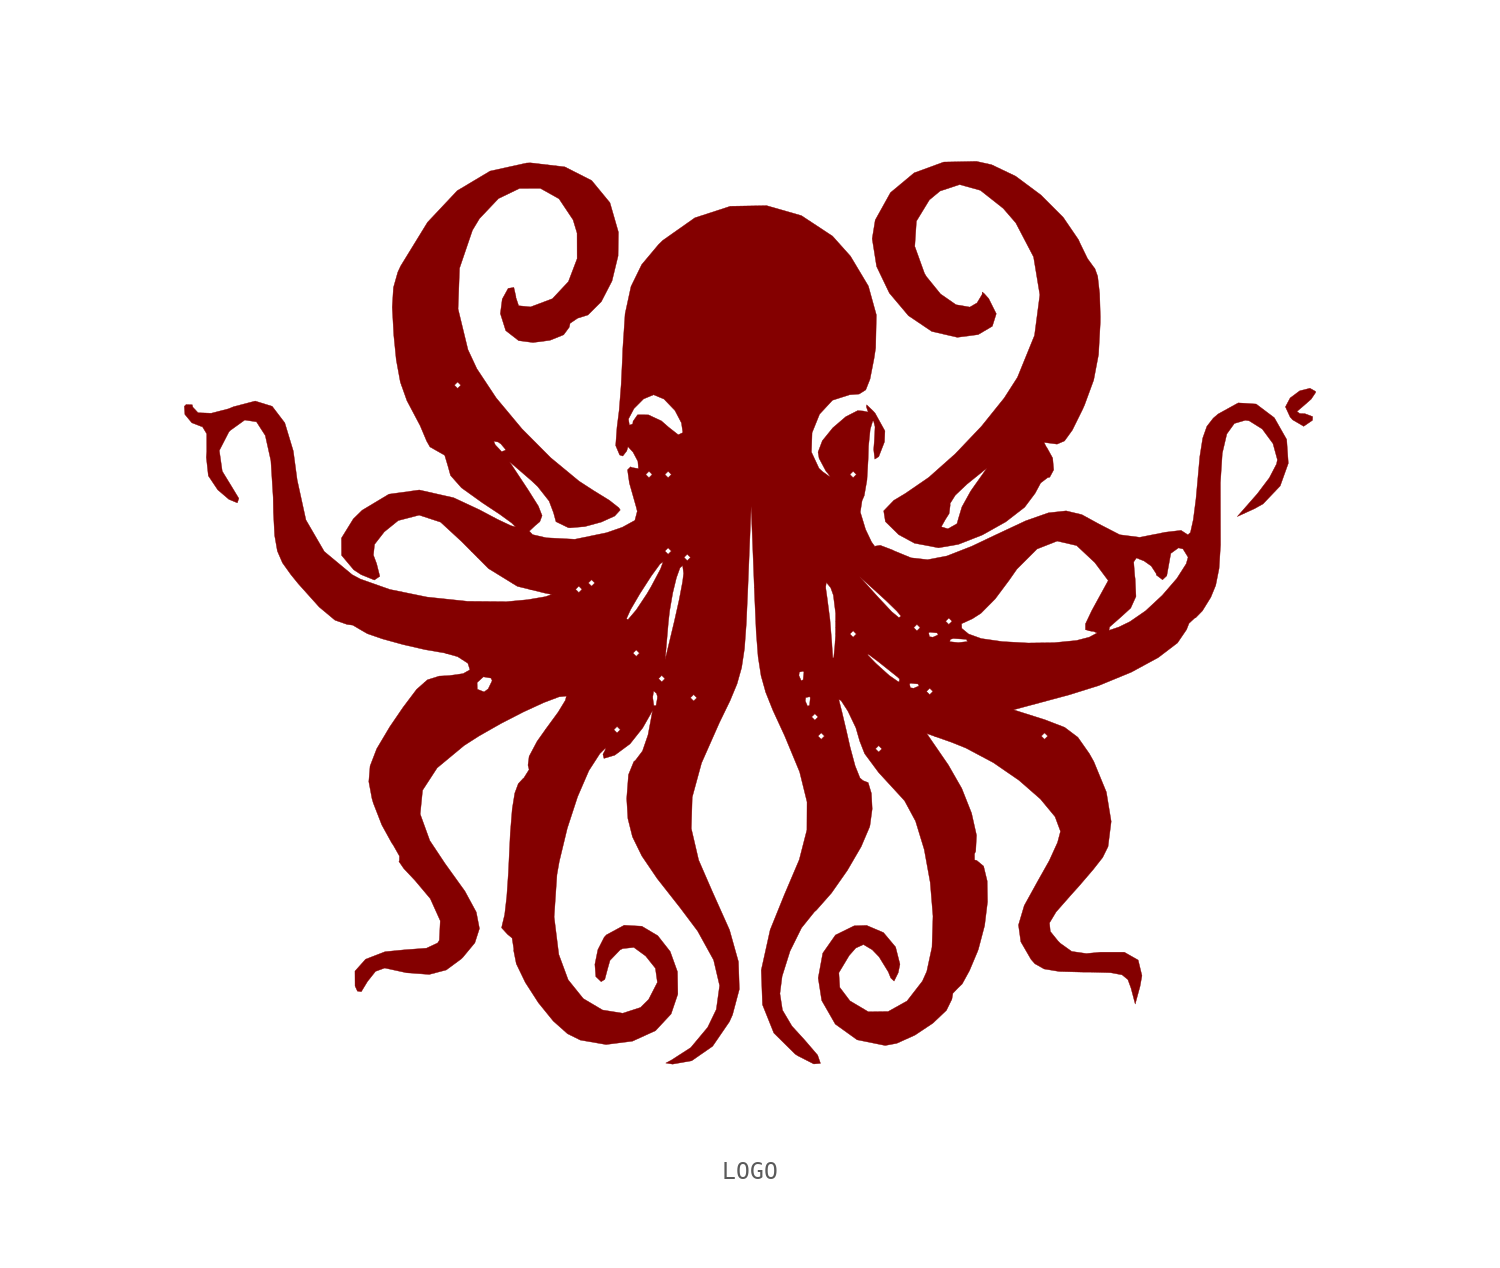
<source format=kicad_sym>
(kicad_symbol_lib
  (version 20220914)
  (generator bitmap2component)
  (symbol "LOGO"
    (pin_names
      (offset 1.016))
    (property "Reference" "#G"
      (at 0 24.765 0)
      (effects (font (size 1.27 1.27)) hide))
    (symbol "LOGO_0_0"
      (polyline (pts (xy -3.149 -25.183) (xy -1.976 -24.369) (xy -1.034 -22.993) (xy -0.861 -22.609) (xy -0.478 -21.17) (xy -0.528 -19.629) (xy -1.028 -17.846) (xy -1.998 -15.68) (xy -2.76 -13.927) (xy -3.172 -12.159) (xy -3.12 -10.405) (xy -2.597 -8.486) (xy -1.595 -6.222) (xy -1.574 -6.179) (xy -1.002 -5.001) (xy -0.607 -4.05) (xy -0.35 -3.137) (xy -0.19 -2.075) (xy -0.088 -0.675) (xy -0.002 1.252) (xy 0.184 5.903) (xy 0.336 1.968) (xy 6.261 1.968) (xy 7.423 0.917) (xy 7.743 0.624) (xy 8.346 0.038) (xy 8.586 -0.246) (xy 8.586 -0.25) (xy 8.471 -0.336) (xy 8.074 -0.008) (xy 7.311 0.805) (xy 6.261 1.968) (xy 0.336 1.968) (xy 0.359 1.367) (xy 4.361 1.367) (xy 4.4 1.639) (xy 4.645 1.341) (xy 4.793 0.925) (xy 4.92 -0.092) (xy 4.918 -0.537) (xy 11.09 -0.537) (xy 11.269 -0.358) (xy 11.448 -0.537) (xy 11.309 -0.675) (xy 11.982 -0.675) (xy 12.59 -0.399) (xy 13.072 -0.089) (xy 13.869 0.715) (xy 14.65 1.761) (xy 15.084 2.383) (xy 16.218 3.515) (xy 17.346 3.958) (xy 18.435 3.706) (xy 19.456 2.751) (xy 20.206 1.745) (xy 19.434 0.336) (xy 19.279 0.049) (xy 18.931 -0.683) (xy 18.931 -1.011) (xy 19.072 -1.049) (xy 20.249 -1.049) (xy 20.283 -0.86) (xy 20.919 -0.301) (xy 21.468 0.2) (xy 21.762 0.852) (xy 21.718 1.84) (xy 21.693 2.027) (xy 21.635 2.788) (xy 21.786 3.012) (xy 22.215 2.843) (xy 22.617 2.561) (xy 22.896 2.134) (xy 22.906 2.052) (xy 23.253 1.789) (xy 23.489 2.011) (xy 23.611 2.683) (xy 23.716 3.267) (xy 24.148 3.578) (xy 24.398 3.517) (xy 24.684 3.053) (xy 24.58 2.686) (xy 24.055 1.863) (xy 23.239 0.92) (xy 22.306 0.051) (xy 21.429 -0.555) (xy 20.802 -0.861) (xy 20.249 -1.049) (xy 19.072 -1.049) (xy 19.259 -1.098) (xy 19.374 -1.105) (xy 19.584 -1.194) (xy 19.139 -1.431) (xy 18.427 -1.615) (xy 17.176 -1.737) (xy 15.716 -1.756) (xy 14.276 -1.677) (xy 13.087 -1.507) (xy 12.379 -1.252) (xy 11.995 -0.935) (xy 11.982 -0.675) (xy 11.309 -0.675) (xy 11.269 -0.715) (xy 11.09 -0.537) (xy 4.918 -0.537) (xy 4.917 -0.894) (xy 9.301 -0.894) (xy 9.48 -0.715) (xy 9.659 -0.894) (xy 9.48 -1.073) (xy 9.301 -0.894) (xy 4.917 -0.894) (xy 4.915 -1.252) (xy 5.724 -1.252) (xy 5.903 -1.073) (xy 6.022 -1.192) (xy 10.136 -1.192) (xy 10.189 -1.15) (xy 10.613 -1.192) (xy 10.669 -1.3) (xy 10.375 -1.431) (xy 10.185 -1.405) (xy 10.136 -1.192) (xy 6.022 -1.192) (xy 6.082 -1.252) (xy 5.903 -1.431) (xy 5.724 -1.252) (xy 4.915 -1.252) (xy 4.915 -1.342) (xy 4.892 -1.682) (xy 11.313 -1.682) (xy 11.358 -1.552) (xy 11.52 -1.504) (xy 12.253 -1.552) (xy 12.313 -1.676) (xy 11.806 -1.732) (xy 11.313 -1.682) (xy 4.892 -1.682) (xy 4.876 -1.924) (xy 4.829 -2.416) (xy 6.712 -2.416) (xy 6.769 -2.4) (xy 7.319 -2.809) (xy 8.389 -3.662) (xy 8.504 -3.771) (xy 8.484 -3.935) (xy 8.418 -3.917) (xy 7.932 -3.579) (xy 7.233 -2.951) (xy 7.12 -2.841) (xy 6.712 -2.416) (xy 4.829 -2.416) (xy 4.813 -2.592) (xy 4.763 -2.583) (xy 4.718 -1.923) (xy 4.71 -1.765) (xy 4.602 -0.434) (xy 4.448 0.76) (xy 4.361 1.367) (xy 0.359 1.367) (xy 0.37 1.073) (xy 0.384 0.727) (xy 0.467 -1.148) (xy 0.573 -2.525) (xy 0.737 -3.577) (xy 2.862 -3.577) (xy 2.888 -3.388) (xy 3.1 -3.339) (xy 3.143 -3.391) (xy 3.1 -3.816) (xy 2.993 -3.872) (xy 2.862 -3.577) (xy 0.737 -3.577) (xy 0.738 -3.589) (xy 0.869 -4.054) (xy 9.063 -4.054) (xy 9.115 -4.012) (xy 9.54 -4.054) (xy 9.596 -4.162) (xy 9.301 -4.293) (xy 9.112 -4.267) (xy 9.063 -4.054) (xy 0.869 -4.054) (xy 0.986 -4.472) (xy 10.017 -4.472) (xy 10.196 -4.293) (xy 10.375 -4.472) (xy 10.196 -4.651) (xy 10.017 -4.472) (xy 0.986 -4.472) (xy 1.002 -4.528) (xy 1.194 -5.008) (xy 3.22 -5.008) (xy 3.245 -4.819) (xy 3.458 -4.77) (xy 3.501 -4.822) (xy 3.458 -5.247) (xy 3.351 -5.303) (xy 3.22 -5.008) (xy 1.194 -5.008) (xy 1.402 -5.529) (xy 1.574 -5.903) (xy 3.578 -5.903) (xy 3.756 -5.724) (xy 3.935 -5.903) (xy 3.756 -6.082) (xy 3.578 -5.903) (xy 1.574 -5.903) (xy 1.978 -6.779) (xy 2.063 -6.962) (xy 2.069 -6.976) (xy 3.935 -6.976) (xy 4.114 -6.797) (xy 4.293 -6.976) (xy 4.114 -7.155) (xy 3.935 -6.976) (xy 2.069 -6.976) (xy 2.902 -8.985) (xy 3.318 -10.67) (xy 3.31 -12.239) (xy 2.881 -13.91) (xy 2.032 -15.905) (xy 1.249 -17.844) (xy 0.75 -20.099) (xy 0.82 -22.041) (xy 1.455 -23.626) (xy 2.652 -24.81) (xy 2.809 -24.911) (xy 3.695 -25.362) (xy 4.072 -25.33) (xy 3.911 -24.864) (xy 3.178 -24.011) (xy 2.471 -23.237) (xy 1.941 -22.342) (xy 1.797 -21.417) (xy 1.921 -20.446) (xy 2.365 -19.035) (xy 3.011 -17.73) (xy 3.73 -16.835) (xy 3.85 -16.729) (xy 4.684 -15.785) (xy 5.579 -14.508) (xy 6.352 -13.181) (xy 6.82 -12.085) (xy 6.848 -11.98) (xy 6.972 -11.06) (xy 6.927 -10.187) (xy 6.745 -9.584) (xy 6.455 -9.47) (xy 6.287 -9.325) (xy 6.016 -8.649) (xy 5.732 -7.59) (xy 5.53 -6.699) (xy 5.279 -5.638) (xy 5.119 -5.008) (xy 5.101 -4.926) (xy 5.225 -4.984) (xy 5.589 -5.545) (xy 5.616 -5.591) (xy 6.056 -6.512) (xy 6.268 -7.247) (xy 6.441 -7.691) (xy 7.155 -7.691) (xy 7.334 -7.513) (xy 7.513 -7.691) (xy 7.334 -7.87) (xy 7.155 -7.691) (xy 6.441 -7.691) (xy 6.548 -7.962) (xy 7.335 -9.023) (xy 8.662 -10.466) (xy 8.793 -10.615) (xy 9.402 -11.745) (xy 9.889 -13.337) (xy 10.225 -15.183) (xy 10.38 -17.076) (xy 10.325 -18.81) (xy 10.031 -20.175) (xy 9.785 -20.72) (xy 8.925 -21.83) (xy 7.868 -22.42) (xy 6.755 -22.435) (xy 5.724 -21.823) (xy 5.153 -21.067) (xy 5.102 -20.247) (xy 5.683 -19.28) (xy 6.052 -18.862) (xy 6.48 -18.666) (xy 6.975 -18.96) (xy 7.357 -19.357) (xy 7.875 -20.2) (xy 8.012 -20.54) (xy 8.199 -20.717) (xy 8.431 -20.246) (xy 8.528 -19.768) (xy 8.283 -18.803) (xy 7.606 -17.995) (xy 6.659 -17.592) (xy 5.962 -17.614) (xy 4.912 -18.131) (xy 4.2 -19.149) (xy 3.943 -20.543) (xy 4.141 -21.803) (xy 4.901 -23.129) (xy 6.125 -24.008) (xy 7.7 -24.327) (xy 8.35 -24.206) (xy 9.372 -23.745) (xy 10.372 -23.079) (xy 11.134 -22.358) (xy 11.44 -21.733) (xy 11.495 -21.403) (xy 11.78 -21.107) (xy 12.019 -20.875) (xy 12.427 -20.131) (xy 12.881 -19.052) (xy 12.927 -18.926) (xy 13.275 -17.607) (xy 13.439 -16.273) (xy 13.42 -15.102) (xy 13.218 -14.269) (xy 12.836 -13.952) (xy 12.712 -13.921) (xy 12.708 -13.581) (xy 12.775 -13.438) (xy 12.822 -12.537) (xy 12.543 -11.294) (xy 11.996 -9.913) (xy 11.243 -8.597) (xy 10.03 -6.833) (xy 10.434 -6.976) (xy 16.456 -6.976) (xy 16.635 -6.797) (xy 16.814 -6.976) (xy 16.635 -7.155) (xy 16.456 -6.976) (xy 10.434 -6.976) (xy 11.429 -7.327) (xy 12.225 -7.648) (xy 13.763 -8.466) (xy 15.202 -9.457) (xy 16.402 -10.505) (xy 17.224 -11.497) (xy 17.53 -12.318) (xy 17.364 -12.943) (xy 16.9 -13.961) (xy 16.244 -15.127) (xy 15.498 -16.479) (xy 15.174 -17.57) (xy 15.306 -18.512) (xy 15.877 -19.497) (xy 16.093 -19.743) (xy 16.61 -20.035) (xy 17.457 -20.176) (xy 18.825 -20.213) (xy 19.174 -20.213) (xy 20.329 -20.244) (xy 20.982 -20.364) (xy 21.309 -20.632) (xy 21.484 -21.107) (xy 21.72 -22.001) (xy 21.99 -21.013) (xy 22.098 -20.411) (xy 21.886 -19.535) (xy 21.11 -19.095) (xy 19.773 -19.095) (xy 18.979 -19.169) (xy 18.16 -19.051) (xy 17.523 -18.597) (xy 17.384 -18.456) (xy 16.96 -17.93) (xy 16.913 -17.454) (xy 17.282 -16.84) (xy 18.108 -15.9) (xy 18.576 -15.38) (xy 19.369 -14.455) (xy 19.896 -13.783) (xy 20.197 -13.172) (xy 20.373 -11.765) (xy 20.102 -10.114) (xy 19.399 -8.407) (xy 19.148 -7.96) (xy 18.504 -7.043) (xy 17.763 -6.485) (xy 16.66 -6.06) (xy 14.897 -5.502) (xy 18.028 -4.661) (xy 19.672 -4.147) (xy 21.497 -3.396) (xy 23.013 -2.574) (xy 24.091 -1.753) (xy 24.599 -1.006) (xy 24.738 -0.653) (xy 25.058 -0.358) (xy 25.108 -0.345) (xy 25.488 0.044) (xy 25.959 0.805) (xy 26.234 1.475) (xy 26.423 2.424) (xy 26.505 3.749) (xy 26.5 5.617) (xy 26.497 7.231) (xy 26.603 8.882) (xy 26.857 9.963) (xy 27.281 10.553) (xy 27.896 10.732) (xy 28.107 10.703) (xy 28.844 10.242) (xy 29.445 9.425) (xy 29.693 8.519) (xy 29.643 8.278) (xy 29.241 7.505) (xy 28.569 6.615) (xy 27.445 5.335) (xy 28.417 5.778) (xy 28.893 6.045) (xy 29.85 7.05) (xy 30.305 8.32) (xy 30.213 9.656) (xy 29.531 10.859) (xy 29.505 10.888) (xy 28.502 11.644) (xy 27.495 11.707) (xy 26.369 11.085) (xy 26.095 10.85) (xy 25.739 10.392) (xy 25.505 9.731) (xy 25.342 8.697) (xy 25.199 7.118) (xy 25.127 6.323) (xy 24.976 5.157) (xy 24.817 4.442) (xy 24.674 4.31) (xy 24.292 4.559) (xy 23.381 4.452) (xy 23.354 4.444) (xy 21.969 4.17) (xy 20.855 4.314) (xy 19.682 4.919) (xy 19.667 4.928) (xy 18.729 5.441) (xy 17.846 5.652) (xy 16.852 5.543) (xy 15.581 5.096) (xy 13.866 4.293) (xy 12.554 3.669) (xy 11.16 3.124) (xy 10.082 2.917) (xy 9.155 3.02) (xy 8.21 3.408) (xy 8.097 3.465) (xy 7.423 3.721) (xy 7.141 3.676) (xy 7.128 3.645) (xy 6.939 3.903) (xy 6.601 4.61) (xy 6.305 5.585) (xy 6.403 6.22) (xy 6.526 6.507) (xy 6.678 7.382) (xy 6.744 8.536) (xy 6.767 9.289) (xy 6.861 10.223) (xy 6.999 10.682) (xy 7.047 10.7) (xy 7.131 10.365) (xy 7.091 9.57) (xy 7.054 9.096) (xy 7.118 8.553) (xy 7.339 8.693) (xy 7.66 9.52) (xy 7.685 10.136) (xy 7.136 11.13) (xy 7.037 11.24) (xy 6.662 11.6) (xy 6.646 11.482) (xy 6.746 11.19) (xy 6.466 11.253) (xy 6.159 11.275) (xy 5.492 10.935) (xy 4.763 10.31) (xy 4.176 9.586) (xy 3.935 8.948) (xy 3.994 8.598) (xy 4.382 7.87) (xy 4.52 7.713) (xy 4.533 7.692) (xy 5.724 7.692) (xy 5.903 7.87) (xy 6.082 7.692) (xy 5.903 7.513) (xy 5.724 7.692) (xy 4.533 7.692) (xy 4.617 7.55) (xy 4.204 7.842) (xy 3.988 8.04) (xy 3.565 8.949) (xy 3.6 10.031) (xy 4.02 11.072) (xy 4.747 11.855) (xy 5.709 12.163) (xy 6.24 12.202) (xy 6.612 12.439) (xy 6.851 13.044) (xy 7.075 14.188) (xy 7.166 14.788) (xy 7.206 16.637) (xy 6.757 18.26) (xy 5.753 19.937) (xy 4.747 21.06) (xy 3.003 22.209) (xy 1.047 22.77) (xy -0.988 22.733) (xy -2.972 22.087) (xy -4.772 20.82) (xy -5.01 20.588) (xy -5.953 19.464) (xy -6.553 18.236) (xy -6.885 16.704) (xy -7.019 14.668) (xy -7.03 14.317) (xy -7.106 12.726) (xy -7.216 11.305) (xy -7.28 10.802) (xy -6.696 10.802) (xy -6.385 11.39) (xy -5.849 11.928) (xy -5.288 12.163) (xy -4.704 11.921) (xy -4.089 11.28) (xy -3.726 10.586) (xy -3.646 10.041) (xy -3.902 9.92) (xy -4.447 10.347) (xy -4.848 10.698) (xy -5.577 11.037) (xy -6.185 11.041) (xy -6.439 10.673) (xy -6.455 10.529) (xy -6.643 10.459) (xy -6.696 10.802) (xy -7.28 10.802) (xy -7.34 10.328) (xy -7.413 9.316) (xy -7.189 8.786) (xy -7.013 8.727) (xy -6.792 9.012) (xy -6.723 9.252) (xy -6.439 8.944) (xy -6.168 8.432) (xy -6.135 8.022) (xy -6.491 8.081) (xy -6.579 8.124) (xy -6.749 7.954) (xy -6.712 7.692) (xy -5.724 7.692) (xy -5.545 7.87) (xy -5.366 7.692) (xy -4.651 7.692) (xy -4.472 7.87) (xy -4.293 7.692) (xy -4.472 7.513) (xy -4.651 7.692) (xy -5.366 7.692) (xy -5.545 7.513) (xy -5.724 7.692) (xy -6.712 7.692) (xy -6.645 7.217) (xy -6.262 5.868) (xy -6.203 5.63) (xy -6.336 5.12) (xy -7.038 4.735) (xy -7.916 4.43) (xy -9.7 4.061) (xy -11.302 4.144) (xy -12.07 4.321) (xy -12.255 4.517) (xy -11.921 4.831) (xy -11.665 5.046) (xy -11.539 5.385) (xy -11.748 5.92) (xy -12.332 6.847) (xy -13.364 8.407) (xy -12.123 7.334) (xy -11.786 7.015) (xy -11.145 6.202) (xy -10.897 5.545) (xy -10.761 5.046) (xy -10.072 4.711) (xy -9.973 4.7) (xy -9.142 4.772) (xy -8.217 5.023) (xy -7.465 5.363) (xy -7.155 5.702) (xy -7.235 5.827) (xy -7.77 6.248) (xy -8.642 6.785) (xy -9.465 7.319) (xy -11.052 8.63) (xy -12.667 10.254) (xy -14.113 11.987) (xy -15.197 13.624) (xy -15.696 14.692) (xy -16.25 16.977) (xy -16.168 19.259) (xy -15.443 21.388) (xy -15.05 22.04) (xy -13.984 23.165) (xy -12.803 23.734) (xy -11.63 23.733) (xy -10.59 23.151) (xy -9.803 21.973) (xy -9.578 21.229) (xy -9.574 19.794) (xy -10.063 18.509) (xy -10.961 17.55) (xy -12.182 17.091) (xy -12.188 17.09) (xy -12.853 17.155) (xy -13.008 17.619) (xy -13.005 17.663) (xy -13.123 18.181) (xy -13.442 18.129) (xy -13.773 17.53) (xy -13.879 16.716) (xy -13.578 15.76) (xy -12.852 15.196) (xy -12.047 15.092) (xy -11.095 15.217) (xy -10.33 15.525) (xy -10.017 15.948) (xy -9.969 16.171) (xy -9.543 16.456) (xy -8.964 16.638) (xy -8.217 17.383) (xy -7.618 18.544) (xy -7.277 19.95) (xy -7.258 21.279) (xy -7.734 22.933) (xy -8.757 24.176) (xy -10.264 24.942) (xy -12.195 25.168) (xy -12.412 25.158) (xy -14.456 24.707) (xy -16.299 23.606) (xy -17.963 21.837) (xy -19.47 19.383) (xy -19.63 19.039) (xy -19.874 18.178) (xy -19.942 17.075) (xy -19.855 15.498) (xy -19.718 14.126) (xy -19.489 12.877) (xy -19.426 12.7) (xy -16.456 12.7) (xy -16.277 12.879) (xy -16.099 12.7) (xy -16.277 12.521) (xy -16.456 12.7) (xy -19.426 12.7) (xy -19.121 11.838) (xy -18.537 10.732) (xy -18.376 10.428) (xy -18.014 9.57) (xy -18.007 9.557) (xy -14.252 9.557) (xy -14.007 9.514) (xy -13.848 9.404) (xy -13.594 9.101) (xy -13.598 9.052) (xy -13.805 8.973) (xy -14.165 9.357) (xy -14.252 9.557) (xy -18.007 9.557) (xy -17.827 9.238) (xy -17.309 8.944) (xy -17 8.769) (xy -16.812 8.139) (xy -16.673 7.638) (xy -16.058 6.944) (xy -14.866 6.09) (xy -13.925 5.468) (xy -13.244 4.973) (xy -13.02 4.748) (xy -13.293 4.826) (xy -14.031 5.174) (xy -15.056 5.717) (xy -16.498 6.39) (xy -18.424 6.824) (xy -20.129 6.589) (xy -21.631 5.687) (xy -22.126 5.202) (xy -22.789 4.128) (xy -22.784 3.159) (xy -22.101 2.346) (xy -21.686 2.076) (xy -20.944 1.775) (xy -20.639 1.982) (xy -20.816 2.687) (xy -20.997 3.175) (xy -20.934 3.772) (xy -20.388 4.475) (xy -19.604 5.109) (xy -18.43 5.413) (xy -17.231 5.019) (xy -16.056 3.935) (xy -16.049 3.928) (xy -15.523 3.399) (xy -4.651 3.399) (xy -4.472 3.578) (xy -4.293 3.399) (xy -4.472 3.22) (xy -4.651 3.399) (xy -15.523 3.399) (xy -15.166 3.041) (xy -3.578 3.041) (xy -3.399 3.22) (xy -3.22 3.041) (xy -3.399 2.862) (xy -3.578 3.041) (xy -15.166 3.041) (xy -14.544 2.416) (xy -13.234 1.61) (xy -8.944 1.61) (xy -8.765 1.789) (xy -8.586 1.61) (xy -8.765 1.431) (xy -8.944 1.61) (xy -13.234 1.61) (xy -12.925 1.42) (xy -12.243 1.252) (xy -9.659 1.252) (xy -9.48 1.431) (xy -9.301 1.252) (xy -9.48 1.073) (xy -9.659 1.252) (xy -12.243 1.252) (xy -11.338 1.03) (xy -11.318 1.029) (xy -10.994 0.966) (xy -11.347 0.843) (xy -12.342 0.673) (xy -13.526 0.562) (xy -15.714 0.581) (xy -17.986 0.82) (xy -20.078 1.247) (xy -21.728 1.83) (xy -22.184 2.072) (xy -23.752 3.373) (xy -24.782 5.145) (xy -25.272 7.385) (xy -25.49 9.01) (xy -25.967 10.589) (xy -26.673 11.516) (xy -27.626 11.811) (xy -28.842 11.493) (xy -29.116 11.379) (xy -30.092 11.127) (xy -30.831 11.156) (xy -31.124 11.469) (xy -31.157 11.604) (xy -31.499 11.616) (xy -31.6 11.516) (xy -31.57 11.061) (xy -31.181 10.591) (xy -30.623 10.375) (xy -30.585 10.371) (xy -30.346 9.975) (xy -30.344 8.978) (xy -30.367 8.658) (xy -30.253 7.617) (xy -29.727 6.832) (xy -29.103 6.299) (xy -28.629 6.102) (xy -28.544 6.352) (xy -28.951 7.024) (xy -29.473 7.877) (xy -29.638 9.034) (xy -29.101 10.078) (xy -29.024 10.161) (xy -28.212 10.745) (xy -27.555 10.646) (xy -27.062 9.88) (xy -26.747 8.463) (xy -26.619 6.413) (xy -26.604 5.565) (xy -26.537 4.275) (xy -26.383 3.398) (xy -26.096 2.735) (xy -25.629 2.082) (xy -25.202 1.556) (xy -24.039 0.26) (xy -23.246 -0.401) (xy -6.81 -0.401) (xy -6.574 0.119) (xy -6.054 1.008) (xy -5.413 2.003) (xy -4.93 2.667) (xy -4.748 2.804) (xy -4.9 2.392) (xy -5.421 1.411) (xy -5.658 1.006) (xy -6.256 0.104) (xy -6.721 -0.443) (xy -6.81 -0.401) (xy -23.246 -0.401) (xy -23.15 -0.48) (xy -22.477 -0.715) (xy -22.154 -0.757) (xy -21.659 -1.049) (xy -21.335 -1.235) (xy -20.486 -1.528) (xy -19.336 -1.845) (xy -18.099 -2.129) (xy -16.993 -2.32) (xy -16.974 -2.325) (xy -6.439 -2.325) (xy -6.261 -2.146) (xy -6.082 -2.325) (xy -6.261 -2.504) (xy -6.439 -2.325) (xy -16.974 -2.325) (xy -16.274 -2.524) (xy -16.027 -2.683) (xy -4.637 -2.683) (xy -4.457 -0.579) (xy -4.387 0.043) (xy -4.213 1.05) (xy -4.006 1.901) (xy -3.806 2.458) (xy -3.658 2.585) (xy -3.604 2.147) (xy -3.659 1.687) (xy -3.848 0.692) (xy -4.123 -0.537) (xy -4.637 -2.683) (xy -16.027 -2.683) (xy -15.702 -2.892) (xy -15.585 -3.257) (xy -15.963 -3.472) (xy -16.746 -3.583) (xy -17.305 -3.612) (xy -17.969 -3.821) (xy -18.145 -3.976) (xy -15.183 -3.976) (xy -14.832 -3.654) (xy -14.399 -3.726) (xy -14.387 -3.756) (xy -5.008 -3.756) (xy -4.83 -3.577) (xy -4.651 -3.756) (xy -4.83 -3.935) (xy -5.008 -3.756) (xy -14.387 -3.756) (xy -14.341 -3.872) (xy -14.562 -4.33) (xy -14.79 -4.499) (xy -15.17 -4.349) (xy -15.183 -3.976) (xy -18.145 -3.976) (xy -18.576 -4.357) (xy -19.336 -5.365) (xy -20.077 -6.451) (xy -20.812 -7.686) (xy -21.185 -8.656) (xy -21.256 -9.53) (xy -21.079 -10.477) (xy -21.006 -10.73) (xy -20.527 -11.96) (xy -19.973 -12.965) (xy -19.885 -13.091) (xy -19.539 -13.703) (xy -19.541 -13.952) (xy -19.568 -14.008) (xy -19.29 -14.41) (xy -18.666 -15.073) (xy -17.809 -16.091) (xy -17.249 -17.332) (xy -17.301 -18.423) (xy -17.395 -18.576) (xy -18.022 -18.869) (xy -19.252 -18.96) (xy -20.346 -19.067) (xy -21.436 -19.488) (xy -22.032 -20.156) (xy -22.027 -20.991) (xy -21.895 -21.278) (xy -21.676 -21.309) (xy -21.328 -20.736) (xy -20.878 -20.17) (xy -20.362 -19.983) (xy -19.133 -20.251) (xy -17.867 -20.343) (xy -16.914 -20.093) (xy -16.081 -19.48) (xy -15.981 -19.383) (xy -15.309 -18.571) (xy -15.051 -17.769) (xy -15.23 -16.846) (xy -15.866 -15.674) (xy -16.982 -14.121) (xy -17.835 -12.836) (xy -18.374 -11.349) (xy -18.241 -10.017) (xy -17.424 -8.762) (xy -15.908 -7.505) (xy -15.073 -6.971) (xy -13.852 -6.276) (xy -12.586 -5.625) (xy -11.44 -5.098) (xy -10.581 -4.774) (xy -10.172 -4.734) (xy -10.19 -4.8) (xy -5.338 -4.8) (xy -5.281 -4.448) (xy -5.122 -4.584) (xy -5.065 -4.79) (xy -5.072 -4.83) (xy -3.22 -4.83) (xy -3.041 -4.651) (xy -2.862 -4.83) (xy -3.041 -5.008) (xy -3.22 -4.83) (xy -5.072 -4.83) (xy -5.15 -5.269) (xy -5.272 -5.264) (xy -5.338 -4.8) (xy -10.19 -4.8) (xy -10.236 -4.973) (xy -10.639 -5.634) (xy -11.302 -6.54) (xy -11.357 -6.618) (xy -7.513 -6.618) (xy -7.334 -6.439) (xy -7.155 -6.618) (xy -7.334 -6.797) (xy -7.513 -6.618) (xy -11.357 -6.618) (xy -11.819 -7.269) (xy -12.266 -8.112) (xy -12.329 -8.607) (xy -12.267 -8.855) (xy -12.565 -9.328) (xy -12.602 -9.352) (xy -12.874 -9.646) (xy -13.071 -10.176) (xy -13.214 -11.062) (xy -13.323 -12.424) (xy -13.417 -14.382) (xy -13.428 -14.631) (xy -13.519 -15.965) (xy -13.638 -16.995) (xy -13.764 -17.515) (xy -13.811 -17.727) (xy -13.478 -18.092) (xy -13.222 -18.302) (xy -13.124 -18.928) (xy -13.136 -18.989) (xy -12.985 -19.745) (xy -12.48 -20.792) (xy -11.748 -21.928) (xy -10.916 -22.954) (xy -10.113 -23.669) (xy -9.395 -24.024) (xy -7.951 -24.274) (xy -6.469 -24.084) (xy -5.178 -23.497) (xy -4.304 -22.558) (xy -3.927 -21.444) (xy -3.948 -20.188) (xy -4.355 -19.057) (xy -5.053 -18.168) (xy -5.945 -17.638) (xy -6.936 -17.583) (xy -7.932 -18.122) (xy -8.057 -18.256) (xy -8.412 -18.955) (xy -8.579 -19.778) (xy -8.527 -20.463) (xy -8.228 -20.749) (xy -8.023 -20.621) (xy -7.87 -20.046) (xy -7.732 -19.556) (xy -7.163 -18.965) (xy -7.017 -18.893) (xy -6.394 -18.826) (xy -5.732 -19.31) (xy -5.186 -19.996) (xy -5.074 -20.785) (xy -5.565 -21.743) (xy -6.021 -22.194) (xy -7.018 -22.517) (xy -8.148 -22.336) (xy -9.229 -21.696) (xy -10.077 -20.642) (xy -10.602 -19.221) (xy -10.864 -17.116) (xy -10.705 -14.748) (xy -10.576 -14.014) (xy -10.125 -12.144) (xy -9.547 -10.376) (xy -8.914 -8.913) (xy -8.297 -7.958) (xy -7.965 -7.632) (xy -8.004 -7.764) (xy -8.127 -7.996) (xy -8.07 -8.228) (xy -7.466 -8.05) (xy -6.607 -7.415) (xy -5.898 -6.52) (xy -5.343 -5.545) (xy -5.577 -6.797) (xy -5.601 -6.917) (xy -5.91 -7.814) (xy -6.304 -8.335) (xy -6.396 -8.408) (xy -6.694 -9.139) (xy -6.796 -10.482) (xy -6.728 -11.603) (xy -6.471 -12.626) (xy -5.949 -13.694) (xy -5.086 -14.965) (xy -3.804 -16.596) (xy -2.819 -17.907) (xy -1.922 -19.533) (xy -1.585 -20.967) (xy -1.771 -22.306) (xy -2.254 -23.307) (xy -3.204 -24.445) (xy -4.293 -25.147) (xy -4.295 -25.148) (xy -4.604 -25.311) (xy -4.22 -25.372) (xy -3.149 -25.183)) (stroke (width 0.01) (type default)) (fill (type outline)))
      (polyline (pts (xy 11.81 3.775) (xy 13.153 4.303) (xy 14.464 5.038) (xy 15.522 5.857) (xy 16.105 6.634) (xy 16.419 7.217) (xy 16.805 7.513) (xy 16.928 7.541) (xy 17.149 7.952) (xy 17.092 8.613) (xy 16.762 9.21) (xy 16.736 9.236) (xy 16.606 9.491) (xy 17.08 9.429) (xy 17.339 9.394) (xy 17.756 9.573) (xy 18.193 10.176) (xy 18.762 11.326) (xy 18.877 11.582) (xy 19.392 12.986) (xy 19.664 14.416) (xy 19.762 16.214) (xy 19.765 16.53) (xy 19.725 17.836) (xy 19.615 18.808) (xy 19.453 19.257) (xy 19.424 19.279) (xy 19.045 19.801) (xy 18.632 20.651) (xy 18.537 20.862) (xy 17.683 22.113) (xy 16.431 23.367) (xy 15.014 24.42) (xy 13.664 25.064) (xy 12.817 25.251) (xy 10.98 25.213) (xy 9.325 24.607) (xy 7.997 23.5) (xy 7.141 21.96) (xy 6.971 20.913) (xy 7.218 19.359) (xy 7.934 17.865) (xy 9.004 16.596) (xy 10.313 15.714) (xy 11.746 15.383) (xy 12.914 15.536) (xy 13.709 16.005) (xy 13.929 16.706) (xy 13.505 17.555) (xy 13.26 17.83) (xy 13.144 17.925) (xy 13.136 17.789) (xy 12.849 17.314) (xy 12.444 17.079) (xy 11.671 17.213) (xy 10.805 17.814) (xy 10.008 18.796) (xy 9.905 18.969) (xy 9.359 20.484) (xy 9.452 21.898) (xy 10.18 23.091) (xy 10.78 23.587) (xy 11.874 23.948) (xy 13.037 23.626) (xy 14.318 22.614) (xy 15.023 21.8) (xy 16.02 19.893) (xy 16.372 17.766) (xy 16.073 15.49) (xy 15.116 13.138) (xy 14.373 11.98) (xy 13.105 10.403) (xy 11.632 8.854) (xy 10.142 7.53) (xy 8.825 6.626) (xy 8.185 6.244) (xy 7.616 5.653) (xy 7.712 5.05) (xy 8.009 4.758) (xy 10.844 4.758) (xy 11.077 5.172) (xy 11.286 5.501) (xy 11.346 5.977) (xy 11.337 6.059) (xy 11.631 6.528) (xy 12.293 7.155) (xy 13.403 8.049) (xy 12.604 6.921) (xy 12.487 6.75) (xy 12.002 5.874) (xy 11.806 5.222) (xy 11.727 4.935) (xy 11.225 4.651) (xy 11.202 4.651) (xy 10.844 4.758) (xy 8.009 4.758) (xy 8.455 4.319) (xy 9.338 3.839) (xy 10.691 3.581) (xy 11.81 3.775)) (stroke (width 0.01) (type default)) (fill (type outline)))
      (polyline (pts (xy 31.661 10.732) (xy 31.67 10.938) (xy 31.235 11.102) (xy 30.948 11.112) (xy 30.786 11.223) (xy 31.213 11.588) (xy 31.589 11.919) (xy 31.839 12.292) (xy 31.833 12.351) (xy 31.519 12.528) (xy 30.946 12.385) (xy 30.408 11.985) (xy 30.143 11.484) (xy 30.408 10.911) (xy 30.546 10.757) (xy 31.167 10.394) (xy 31.661 10.732)) (stroke (width 0.01) (type default)) (fill (type outline))))))
</source>
